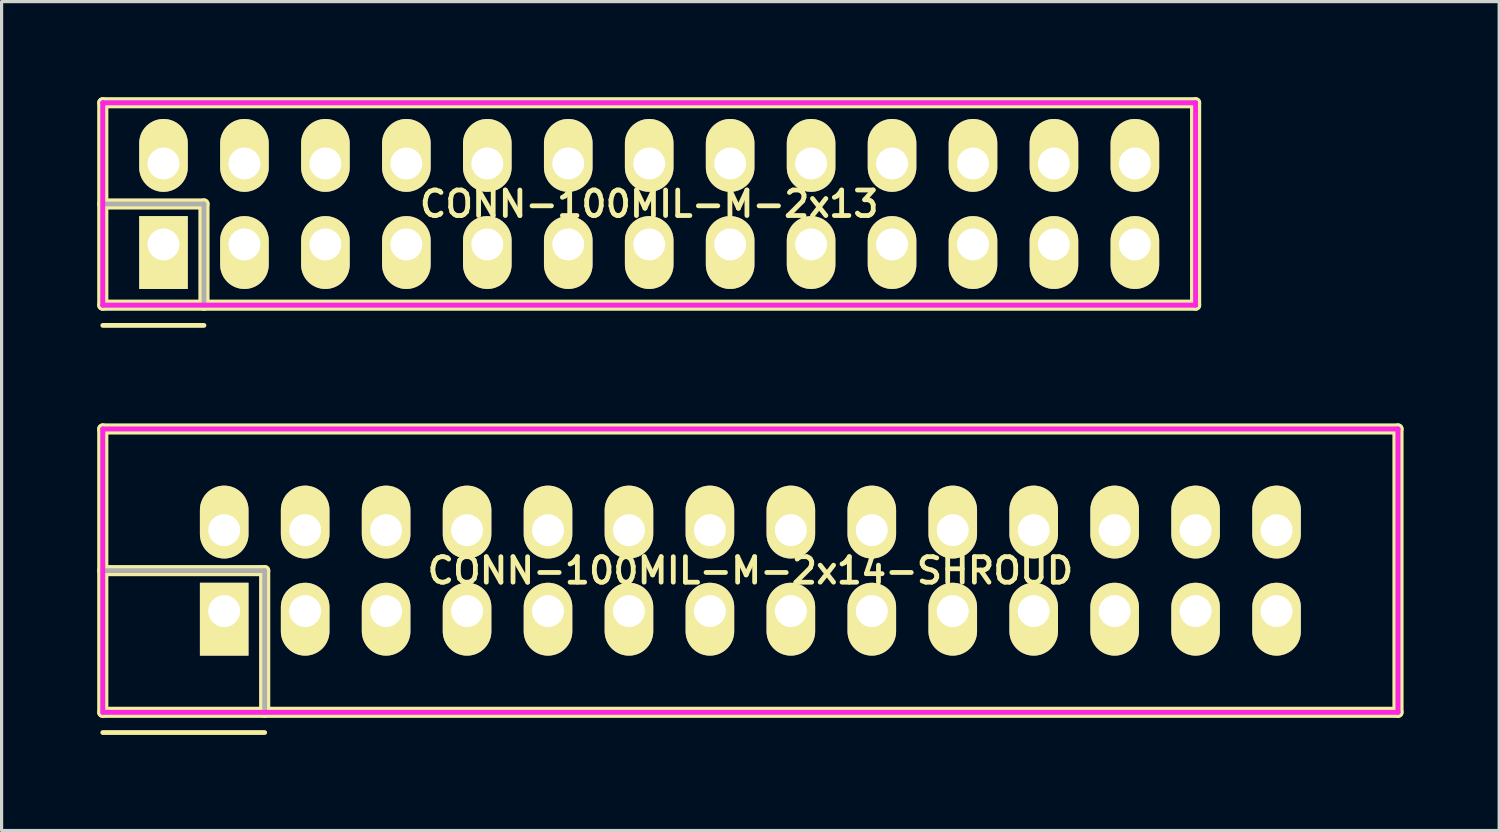
<source format=kicad_pcb>
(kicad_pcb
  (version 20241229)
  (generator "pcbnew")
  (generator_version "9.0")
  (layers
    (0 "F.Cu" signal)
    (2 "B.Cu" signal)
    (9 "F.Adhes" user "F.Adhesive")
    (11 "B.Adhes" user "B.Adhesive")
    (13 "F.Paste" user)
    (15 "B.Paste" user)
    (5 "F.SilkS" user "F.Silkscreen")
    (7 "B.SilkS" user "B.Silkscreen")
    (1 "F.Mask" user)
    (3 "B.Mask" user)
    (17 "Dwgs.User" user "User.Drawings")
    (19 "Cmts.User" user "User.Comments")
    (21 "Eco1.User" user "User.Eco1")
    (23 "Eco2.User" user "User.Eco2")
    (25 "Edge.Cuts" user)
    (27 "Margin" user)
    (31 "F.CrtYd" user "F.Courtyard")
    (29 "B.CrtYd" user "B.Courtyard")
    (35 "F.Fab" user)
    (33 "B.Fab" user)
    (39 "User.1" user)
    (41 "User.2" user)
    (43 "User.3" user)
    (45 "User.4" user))
  (footprint "CONN-100MIL-M-2x13"
    (layer "F.Cu")
    (at 17.32 3.35)
    (property "Reference" "CONN-100MIL-M-2x13" (at 0 0 0) (layer "F.SilkS") (effects (font (size 0.8 0.8) (thickness 0.15))))
    (attr through_hole)
    (fp_line (start -17.145 -3.175) (end 17.145 -3.175) (stroke (width 0.35) (type solid)) (layer "F.SilkS"))
    (fp_line (start -17.145 0) (end -13.97 0) (stroke (width 0.35) (type solid)) (layer "F.SilkS"))
    (fp_line (start -17.145 3.175) (end -17.145 -3.175) (stroke (width 0.35) (type solid)) (layer "F.SilkS"))
    (fp_line (start -17.145 3.81) (end -13.97 3.81) (stroke (width 0.15) (type solid)) (layer "F.SilkS"))
    (fp_line (start -13.97 0) (end -13.97 3.175) (stroke (width 0.35) (type solid)) (layer "F.SilkS"))
    (fp_line (start 17.145 -3.175) (end 17.145 3.175) (stroke (width 0.35) (type solid)) (layer "F.SilkS"))
    (fp_line (start 17.145 3.175) (end -17.145 3.175) (stroke (width 0.35) (type solid)) (layer "F.SilkS"))
    (fp_line (start -17.145 -3.175) (end 17.145 -3.175) (stroke (width 0.15) (type solid)) (layer "F.CrtYd"))
    (fp_line (start -17.145 3.175) (end -17.145 -3.175) (stroke (width 0.15) (type solid)) (layer "F.CrtYd"))
    (fp_line (start 17.145 -3.175) (end 17.145 3.175) (stroke (width 0.15) (type solid)) (layer "F.CrtYd"))
    (fp_line (start 17.145 3.175) (end -17.145 3.175) (stroke (width 0.15) (type solid)) (layer "F.CrtYd"))
    (fp_line (start -17.145 -3.175) (end 17.145 -3.175) (stroke (width 0.15) (type solid)) (layer "F.Fab"))
    (fp_line (start -17.145 0) (end -13.97 0) (stroke (width 0.15) (type solid)) (layer "F.Fab"))
    (fp_line (start -17.145 3.175) (end -17.145 -3.175) (stroke (width 0.15) (type solid)) (layer "F.Fab"))
    (fp_line (start -13.97 0) (end -13.97 3.175) (stroke (width 0.15) (type solid)) (layer "F.Fab"))
    (fp_line (start 17.145 -3.175) (end 17.145 3.175) (stroke (width 0.15) (type solid)) (layer "F.Fab"))
    (fp_line (start 17.145 3.175) (end -17.145 3.175) (stroke (width 0.15) (type solid)) (layer "F.Fab"))
    (pad "1" thru_hole rect (at -15.24 1.27) (size 1.524 2.286) (drill 1 (offset 0 0.254)) (layers "*.Cu" "*.Mask" "F.SilkS"))
    (pad "2" thru_hole oval (at -15.24 -1.27) (size 1.524 2.286) (drill 1 (offset 0 -0.254)) (layers "*.Cu" "*.Mask" "F.SilkS"))
    (pad "3" thru_hole oval (at -12.7 1.27) (size 1.524 2.286) (drill 1 (offset 0 0.254)) (layers "*.Cu" "*.Mask" "F.SilkS"))
    (pad "4" thru_hole oval (at -12.7 -1.27) (size 1.524 2.286) (drill 1 (offset 0 -0.254)) (layers "*.Cu" "*.Mask" "F.SilkS"))
    (pad "5" thru_hole oval (at -10.16 1.27) (size 1.524 2.286) (drill 1 (offset 0 0.254)) (layers "*.Cu" "*.Mask" "F.SilkS"))
    (pad "6" thru_hole oval (at -10.16 -1.27) (size 1.524 2.286) (drill 1 (offset 0 -0.254)) (layers "*.Cu" "*.Mask" "F.SilkS"))
    (pad "7" thru_hole oval (at -7.62 1.27) (size 1.524 2.286) (drill 1 (offset 0 0.254)) (layers "*.Cu" "*.Mask" "F.SilkS"))
    (pad "8" thru_hole oval (at -7.62 -1.27) (size 1.524 2.286) (drill 1 (offset 0 -0.254)) (layers "*.Cu" "*.Mask" "F.SilkS"))
    (pad "9" thru_hole oval (at -5.08 1.27) (size 1.524 2.286) (drill 1 (offset 0 0.254)) (layers "*.Cu" "*.Mask" "F.SilkS"))
    (pad "10" thru_hole oval (at -5.08 -1.27) (size 1.524 2.286) (drill 1 (offset 0 -0.254)) (layers "*.Cu" "*.Mask" "F.SilkS"))
    (pad "11" thru_hole oval (at -2.54 1.27) (size 1.524 2.286) (drill 1 (offset 0 0.254)) (layers "*.Cu" "*.Mask" "F.SilkS"))
    (pad "12" thru_hole oval (at -2.54 -1.27) (size 1.524 2.286) (drill 1 (offset 0 -0.254)) (layers "*.Cu" "*.Mask" "F.SilkS"))
    (pad "13" thru_hole oval (at 0 1.27) (size 1.524 2.286) (drill 1 (offset 0 0.254)) (layers "*.Cu" "*.Mask" "F.SilkS"))
    (pad "14" thru_hole oval (at 0 -1.27) (size 1.524 2.286) (drill 1 (offset 0 -0.254)) (layers "*.Cu" "*.Mask" "F.SilkS"))
    (pad "15" thru_hole oval (at 2.54 1.27) (size 1.524 2.286) (drill 1 (offset 0 0.254)) (layers "*.Cu" "*.Mask" "F.SilkS"))
    (pad "16" thru_hole oval (at 2.54 -1.27) (size 1.524 2.286) (drill 1 (offset 0 -0.254)) (layers "*.Cu" "*.Mask" "F.SilkS"))
    (pad "17" thru_hole oval (at 5.08 1.27) (size 1.524 2.286) (drill 1 (offset 0 0.254)) (layers "*.Cu" "*.Mask" "F.SilkS"))
    (pad "18" thru_hole oval (at 5.08 -1.27) (size 1.524 2.286) (drill 1 (offset 0 -0.254)) (layers "*.Cu" "*.Mask" "F.SilkS"))
    (pad "19" thru_hole oval (at 7.62 1.27) (size 1.524 2.286) (drill 1 (offset 0 0.254)) (layers "*.Cu" "*.Mask" "F.SilkS"))
    (pad "20" thru_hole oval (at 7.62 -1.27) (size 1.524 2.286) (drill 1 (offset 0 -0.254)) (layers "*.Cu" "*.Mask" "F.SilkS"))
    (pad "21" thru_hole oval (at 10.16 1.27) (size 1.524 2.286) (drill 1 (offset 0 0.254)) (layers "*.Cu" "*.Mask" "F.SilkS"))
    (pad "22" thru_hole oval (at 10.16 -1.27) (size 1.524 2.286) (drill 1 (offset 0 -0.254)) (layers "*.Cu" "*.Mask" "F.SilkS"))
    (pad "23" thru_hole oval (at 12.7 1.27) (size 1.524 2.286) (drill 1 (offset 0 0.254)) (layers "*.Cu" "*.Mask" "F.SilkS"))
    (pad "24" thru_hole oval (at 12.7 -1.27) (size 1.524 2.286) (drill 1 (offset 0 -0.254)) (layers "*.Cu" "*.Mask" "F.SilkS"))
    (pad "25" thru_hole oval (at 15.24 1.27) (size 1.524 2.286) (drill 1 (offset 0 0.254)) (layers "*.Cu" "*.Mask" "F.SilkS"))
    (pad "26" thru_hole oval (at 15.24 -1.27) (size 1.524 2.286) (drill 1 (offset 0 -0.254)) (layers "*.Cu" "*.Mask" "F.SilkS")))
  (footprint "CONN-100MIL-M-2x14-SHROUD"
    (layer "F.Cu")
    (at 20.495 14.855)
    (property "Reference" "CONN-100MIL-M-2x14-SHROUD" (at 0 0 0) (layer "F.SilkS") (effects (font (size 0.8 0.8) (thickness 0.15))))
    (attr through_hole)
    (fp_line (start -20.32 -4.445) (end 20.32 -4.445) (stroke (width 0.35) (type solid)) (layer "F.SilkS"))
    (fp_line (start -20.32 0) (end -15.24 0) (stroke (width 0.35) (type solid)) (layer "F.SilkS"))
    (fp_line (start -20.32 4.445) (end -20.32 -4.445) (stroke (width 0.35) (type solid)) (layer "F.SilkS"))
    (fp_line (start -20.32 5.08) (end -15.24 5.08) (stroke (width 0.15) (type solid)) (layer "F.SilkS"))
    (fp_line (start -15.24 0) (end -15.24 4.445) (stroke (width 0.35) (type solid)) (layer "F.SilkS"))
    (fp_line (start 20.32 -4.445) (end 20.32 4.445) (stroke (width 0.35) (type solid)) (layer "F.SilkS"))
    (fp_line (start 20.32 4.445) (end -20.32 4.445) (stroke (width 0.35) (type solid)) (layer "F.SilkS"))
    (fp_line (start -20.32 -4.445) (end 20.32 -4.445) (stroke (width 0.15) (type solid)) (layer "F.CrtYd"))
    (fp_line (start -20.32 4.445) (end -20.32 -4.445) (stroke (width 0.15) (type solid)) (layer "F.CrtYd"))
    (fp_line (start 20.32 -4.445) (end 20.32 4.445) (stroke (width 0.15) (type solid)) (layer "F.CrtYd"))
    (fp_line (start 20.32 4.445) (end -20.32 4.445) (stroke (width 0.15) (type solid)) (layer "F.CrtYd"))
    (fp_line (start -20.32 -4.445) (end 20.32 -4.445) (stroke (width 0.15) (type solid)) (layer "F.Fab"))
    (fp_line (start -20.32 0) (end -15.24 0) (stroke (width 0.15) (type solid)) (layer "F.Fab"))
    (fp_line (start -20.32 4.445) (end -20.32 -4.445) (stroke (width 0.15) (type solid)) (layer "F.Fab"))
    (fp_line (start -15.24 0) (end -15.24 4.445) (stroke (width 0.15) (type solid)) (layer "F.Fab"))
    (fp_line (start 20.32 -4.445) (end 20.32 4.445) (stroke (width 0.15) (type solid)) (layer "F.Fab"))
    (fp_line (start 20.32 4.445) (end -20.32 4.445) (stroke (width 0.15) (type solid)) (layer "F.Fab"))
    (pad "1" thru_hole rect (at -16.51 1.27) (size 1.524 2.286) (drill 1 (offset 0 0.254)) (layers "*.Cu" "*.Mask" "F.SilkS"))
    (pad "2" thru_hole oval (at -16.51 -1.27) (size 1.524 2.286) (drill 1 (offset 0 -0.254)) (layers "*.Cu" "*.Mask" "F.SilkS"))
    (pad "3" thru_hole oval (at -13.97 1.27) (size 1.524 2.286) (drill 1 (offset 0 0.254)) (layers "*.Cu" "*.Mask" "F.SilkS"))
    (pad "4" thru_hole oval (at -13.97 -1.27) (size 1.524 2.286) (drill 1 (offset 0 -0.254)) (layers "*.Cu" "*.Mask" "F.SilkS"))
    (pad "5" thru_hole oval (at -11.43 1.27) (size 1.524 2.286) (drill 1 (offset 0 0.254)) (layers "*.Cu" "*.Mask" "F.SilkS"))
    (pad "6" thru_hole oval (at -11.43 -1.27) (size 1.524 2.286) (drill 1 (offset 0 -0.254)) (layers "*.Cu" "*.Mask" "F.SilkS"))
    (pad "7" thru_hole oval (at -8.89 1.27) (size 1.524 2.286) (drill 1 (offset 0 0.254)) (layers "*.Cu" "*.Mask" "F.SilkS"))
    (pad "8" thru_hole oval (at -8.89 -1.27) (size 1.524 2.286) (drill 1 (offset 0 -0.254)) (layers "*.Cu" "*.Mask" "F.SilkS"))
    (pad "9" thru_hole oval (at -6.35 1.27) (size 1.524 2.286) (drill 1 (offset 0 0.254)) (layers "*.Cu" "*.Mask" "F.SilkS"))
    (pad "10" thru_hole oval (at -6.35 -1.27) (size 1.524 2.286) (drill 1 (offset 0 -0.254)) (layers "*.Cu" "*.Mask" "F.SilkS"))
    (pad "11" thru_hole oval (at -3.81 1.27) (size 1.524 2.286) (drill 1 (offset 0 0.254)) (layers "*.Cu" "*.Mask" "F.SilkS"))
    (pad "12" thru_hole oval (at -3.81 -1.27) (size 1.524 2.286) (drill 1 (offset 0 -0.254)) (layers "*.Cu" "*.Mask" "F.SilkS"))
    (pad "13" thru_hole oval (at -1.27 1.27) (size 1.524 2.286) (drill 1 (offset 0 0.254)) (layers "*.Cu" "*.Mask" "F.SilkS"))
    (pad "14" thru_hole oval (at -1.27 -1.27) (size 1.524 2.286) (drill 1 (offset 0 -0.254)) (layers "*.Cu" "*.Mask" "F.SilkS"))
    (pad "15" thru_hole oval (at 1.27 1.27) (size 1.524 2.286) (drill 1 (offset 0 0.254)) (layers "*.Cu" "*.Mask" "F.SilkS"))
    (pad "16" thru_hole oval (at 1.27 -1.27) (size 1.524 2.286) (drill 1 (offset 0 -0.254)) (layers "*.Cu" "*.Mask" "F.SilkS"))
    (pad "17" thru_hole oval (at 3.81 1.27) (size 1.524 2.286) (drill 1 (offset 0 0.254)) (layers "*.Cu" "*.Mask" "F.SilkS"))
    (pad "18" thru_hole oval (at 3.81 -1.27) (size 1.524 2.286) (drill 1 (offset 0 -0.254)) (layers "*.Cu" "*.Mask" "F.SilkS"))
    (pad "19" thru_hole oval (at 6.35 1.27) (size 1.524 2.286) (drill 1 (offset 0 0.254)) (layers "*.Cu" "*.Mask" "F.SilkS"))
    (pad "20" thru_hole oval (at 6.35 -1.27) (size 1.524 2.286) (drill 1 (offset 0 -0.254)) (layers "*.Cu" "*.Mask" "F.SilkS"))
    (pad "21" thru_hole oval (at 8.89 1.27) (size 1.524 2.286) (drill 1 (offset 0 0.254)) (layers "*.Cu" "*.Mask" "F.SilkS"))
    (pad "22" thru_hole oval (at 8.89 -1.27) (size 1.524 2.286) (drill 1 (offset 0 -0.254)) (layers "*.Cu" "*.Mask" "F.SilkS"))
    (pad "23" thru_hole oval (at 11.43 1.27) (size 1.524 2.286) (drill 1 (offset 0 0.254)) (layers "*.Cu" "*.Mask" "F.SilkS"))
    (pad "24" thru_hole oval (at 11.43 -1.27) (size 1.524 2.286) (drill 1 (offset 0 -0.254)) (layers "*.Cu" "*.Mask" "F.SilkS"))
    (pad "25" thru_hole oval (at 13.97 1.27) (size 1.524 2.286) (drill 1 (offset 0 0.254)) (layers "*.Cu" "*.Mask" "F.SilkS"))
    (pad "26" thru_hole oval (at 13.97 -1.27) (size 1.524 2.286) (drill 1 (offset 0 -0.254)) (layers "*.Cu" "*.Mask" "F.SilkS"))
    (pad "27" thru_hole oval (at 16.51 1.27) (size 1.524 2.286) (drill 1 (offset 0 0.254)) (layers "*.Cu" "*.Mask" "F.SilkS"))
    (pad "28" thru_hole oval (at 16.51 -1.27) (size 1.524 2.286) (drill 1 (offset 0 -0.254)) (layers "*.Cu" "*.Mask" "F.SilkS")))
  (gr_rect
    (start -3 -3)
    (end 43.99 23.01)
    (stroke (width 0.1) (type default))
    (fill no)
    (layer "Edge.Cuts")))
</source>
